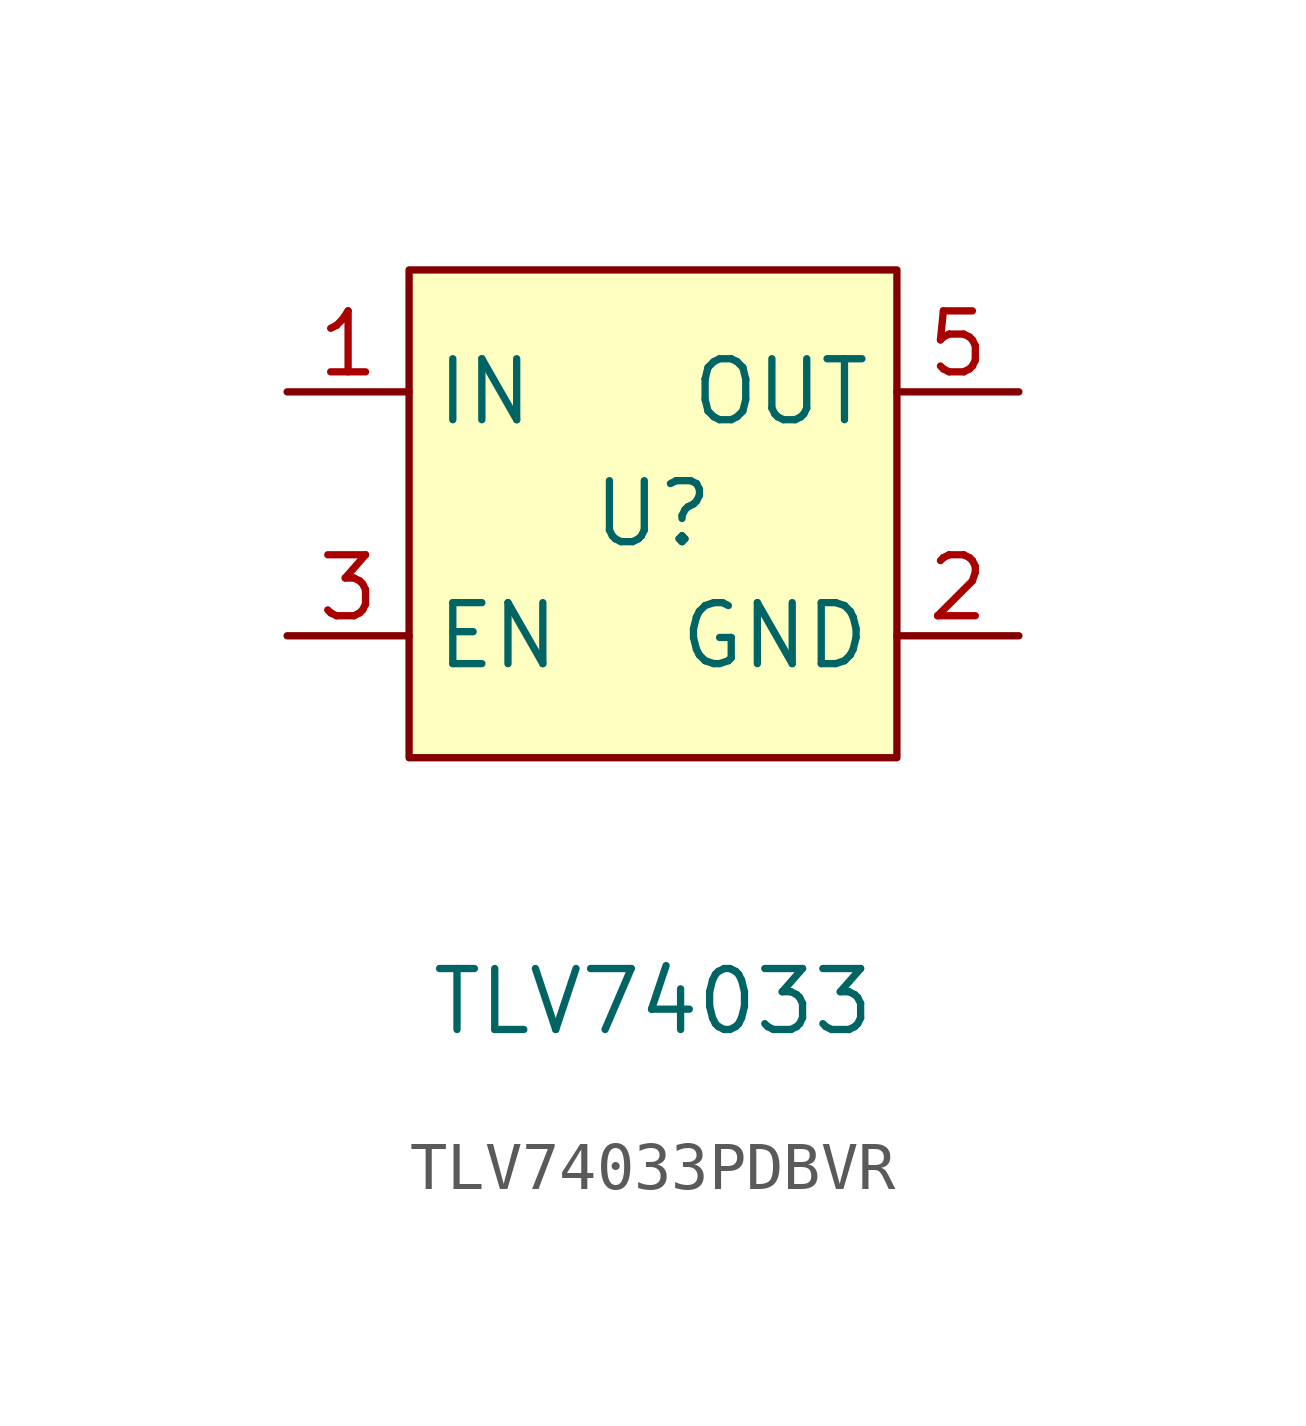
<source format=kicad_sym>
(kicad_symbol_lib
  (version 20220914)
  (generator kicad_symbol_editor)
  (symbol "TLV74033PDBVR"
    (property "Reference" "U"
      (at 0 0 0)
      (effects (font (size 1.27 1.27))))
    (property "Value" "TLV74033"
      (at 0 -10.16 0)
      (effects (font (size 1.27 1.27))))
    (symbol "TLV74033PDBVR_1_1"
      (rectangle (start -5.08 5.08) (end 5.08 -5.08) (stroke (width 0) (type default)) (fill (type background)))
      (pin bidirectional line (at -7.62 2.54 0) (length 2.54) (name "IN" (effects (font (size 1.27 1.27)))) (number "1" (effects (font (size 1.27 1.27)))))
      (pin passive line (at 7.62 -2.54 180) (length 2.54) (name "GND" (effects (font (size 1.27 1.27)))) (number "2" (effects (font (size 1.27 1.27)))))
      (pin bidirectional line (at -7.62 -2.54 0) (length 2.54) (name "EN" (effects (font (size 1.27 1.27)))) (number "3" (effects (font (size 1.27 1.27)))))
      (pin no_connect line (at 0 -7.62 90) (length 2.54) hide (name "NC" (effects (font (size 1.27 1.27)))) (number "4" (effects (font (size 1.27 1.27)))))
      (pin passive line (at 7.62 2.54 180) (length 2.54) (name "OUT" (effects (font (size 1.27 1.27)))) (number "5" (effects (font (size 1.27 1.27))))))))
</source>
